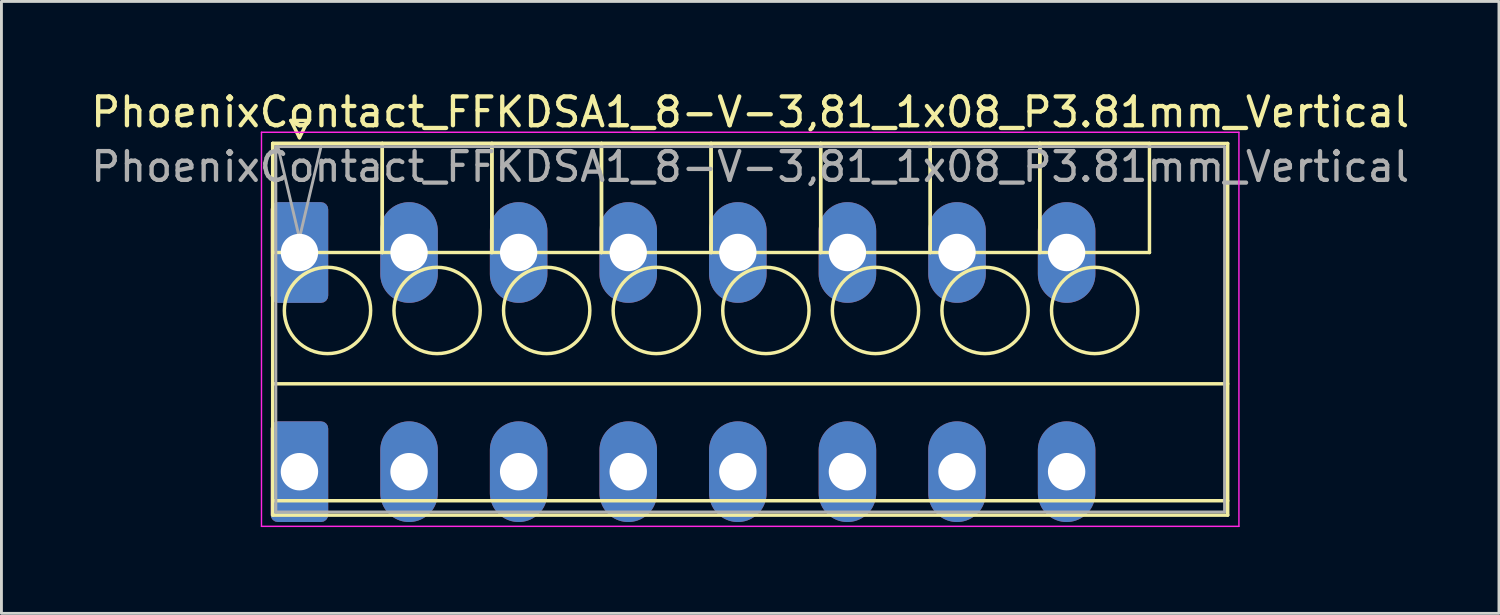
<source format=kicad_pcb>
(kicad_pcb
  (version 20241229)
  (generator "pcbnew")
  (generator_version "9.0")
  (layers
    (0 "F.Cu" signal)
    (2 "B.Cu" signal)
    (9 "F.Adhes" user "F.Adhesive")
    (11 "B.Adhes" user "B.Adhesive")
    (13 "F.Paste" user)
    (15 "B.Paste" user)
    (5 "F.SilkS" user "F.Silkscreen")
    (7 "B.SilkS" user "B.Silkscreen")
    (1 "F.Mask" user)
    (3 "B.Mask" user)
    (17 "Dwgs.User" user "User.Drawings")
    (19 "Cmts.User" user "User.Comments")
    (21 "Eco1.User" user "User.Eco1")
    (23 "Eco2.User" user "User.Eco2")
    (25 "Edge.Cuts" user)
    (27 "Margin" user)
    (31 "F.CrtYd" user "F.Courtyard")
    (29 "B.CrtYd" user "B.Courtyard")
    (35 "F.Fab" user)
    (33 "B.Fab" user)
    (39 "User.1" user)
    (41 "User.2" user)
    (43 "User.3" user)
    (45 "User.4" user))
  (footprint "PhoenixContact_FFKDSA1_8-V-3,81_1x08_P3.81mm_Vertical"
    (layer "F.Cu")
    (at 7.36 5.728)
    (property "Reference" "PhoenixContact_FFKDSA1_8-V-3,81_1x08_P3.81mm_Vertical" (at 15.67 -4.88 0) (layer "F.SilkS") (effects (font (size 1 1) (thickness 0.15))))
    (attr through_hole)
    (fp_line (start -0.93 -3.79) (end -0.93 0) (stroke (width 0.12) (type solid)) (layer "F.SilkS"))
    (fp_line (start -0.93 -3.79) (end -0.93 9.13) (stroke (width 0.12) (type solid)) (layer "F.SilkS"))
    (fp_line (start -0.93 0) (end 2.88 0) (stroke (width 0.12) (type solid)) (layer "F.SilkS"))
    (fp_line (start -0.93 4.565) (end 32.27 4.565) (stroke (width 0.12) (type solid)) (layer "F.SilkS"))
    (fp_line (start -0.93 8.63) (end 32.27 8.63) (stroke (width 0.12) (type solid)) (layer "F.SilkS"))
    (fp_line (start -0.93 9.13) (end 32.27 9.13) (stroke (width 0.12) (type solid)) (layer "F.SilkS"))
    (fp_line (start -0.3 -4.59) (end 0.3 -4.59) (stroke (width 0.12) (type solid)) (layer "F.SilkS"))
    (fp_line (start 0 -3.99) (end -0.3 -4.59) (stroke (width 0.12) (type solid)) (layer "F.SilkS"))
    (fp_line (start 0.3 -4.59) (end 0 -3.99) (stroke (width 0.12) (type solid)) (layer "F.SilkS"))
    (fp_line (start 2.88 -3.79) (end -0.93 -3.79) (stroke (width 0.12) (type solid)) (layer "F.SilkS"))
    (fp_line (start 2.88 -3.79) (end 2.88 0) (stroke (width 0.12) (type solid)) (layer "F.SilkS"))
    (fp_line (start 2.88 0) (end 2.88 -3.79) (stroke (width 0.12) (type solid)) (layer "F.SilkS"))
    (fp_line (start 2.88 0) (end 6.69 0) (stroke (width 0.12) (type solid)) (layer "F.SilkS"))
    (fp_line (start 6.69 -3.79) (end 2.88 -3.79) (stroke (width 0.12) (type solid)) (layer "F.SilkS"))
    (fp_line (start 6.69 -3.79) (end 6.69 0) (stroke (width 0.12) (type solid)) (layer "F.SilkS"))
    (fp_line (start 6.69 0) (end 6.69 -3.79) (stroke (width 0.12) (type solid)) (layer "F.SilkS"))
    (fp_line (start 6.69 0) (end 10.5 0) (stroke (width 0.12) (type solid)) (layer "F.SilkS"))
    (fp_line (start 10.5 -3.79) (end 6.69 -3.79) (stroke (width 0.12) (type solid)) (layer "F.SilkS"))
    (fp_line (start 10.5 -3.79) (end 10.5 0) (stroke (width 0.12) (type solid)) (layer "F.SilkS"))
    (fp_line (start 10.5 0) (end 10.5 -3.79) (stroke (width 0.12) (type solid)) (layer "F.SilkS"))
    (fp_line (start 10.5 0) (end 14.31 0) (stroke (width 0.12) (type solid)) (layer "F.SilkS"))
    (fp_line (start 14.31 -3.79) (end 10.5 -3.79) (stroke (width 0.12) (type solid)) (layer "F.SilkS"))
    (fp_line (start 14.31 -3.79) (end 14.31 0) (stroke (width 0.12) (type solid)) (layer "F.SilkS"))
    (fp_line (start 14.31 0) (end 14.31 -3.79) (stroke (width 0.12) (type solid)) (layer "F.SilkS"))
    (fp_line (start 14.31 0) (end 18.12 0) (stroke (width 0.12) (type solid)) (layer "F.SilkS"))
    (fp_line (start 18.12 -3.79) (end 14.31 -3.79) (stroke (width 0.12) (type solid)) (layer "F.SilkS"))
    (fp_line (start 18.12 -3.79) (end 18.12 0) (stroke (width 0.12) (type solid)) (layer "F.SilkS"))
    (fp_line (start 18.12 0) (end 18.12 -3.79) (stroke (width 0.12) (type solid)) (layer "F.SilkS"))
    (fp_line (start 18.12 0) (end 21.93 0) (stroke (width 0.12) (type solid)) (layer "F.SilkS"))
    (fp_line (start 21.93 -3.79) (end 18.12 -3.79) (stroke (width 0.12) (type solid)) (layer "F.SilkS"))
    (fp_line (start 21.93 -3.79) (end 21.93 0) (stroke (width 0.12) (type solid)) (layer "F.SilkS"))
    (fp_line (start 21.93 0) (end 21.93 -3.79) (stroke (width 0.12) (type solid)) (layer "F.SilkS"))
    (fp_line (start 21.93 0) (end 25.74 0) (stroke (width 0.12) (type solid)) (layer "F.SilkS"))
    (fp_line (start 25.74 -3.79) (end 21.93 -3.79) (stroke (width 0.12) (type solid)) (layer "F.SilkS"))
    (fp_line (start 25.74 -3.79) (end 25.74 0) (stroke (width 0.12) (type solid)) (layer "F.SilkS"))
    (fp_line (start 25.74 0) (end 25.74 -3.79) (stroke (width 0.12) (type solid)) (layer "F.SilkS"))
    (fp_line (start 25.74 0) (end 29.55 0) (stroke (width 0.12) (type solid)) (layer "F.SilkS"))
    (fp_line (start 29.55 -3.79) (end 25.74 -3.79) (stroke (width 0.12) (type solid)) (layer "F.SilkS"))
    (fp_line (start 29.55 0) (end 29.55 -3.79) (stroke (width 0.12) (type solid)) (layer "F.SilkS"))
    (fp_line (start 32.27 -3.79) (end -0.93 -3.79) (stroke (width 0.12) (type solid)) (layer "F.SilkS"))
    (fp_line (start 32.27 9.13) (end 32.27 -3.79) (stroke (width 0.12) (type solid)) (layer "F.SilkS"))
    (fp_circle (center 0.975 2.015) (end 2.475 2.015) (stroke (width 0.12) (type solid)) (fill no) (layer "F.SilkS"))
    (fp_circle (center 4.785 2.015) (end 6.285 2.015) (stroke (width 0.12) (type solid)) (fill no) (layer "F.SilkS"))
    (fp_circle (center 8.595 2.015) (end 10.095 2.015) (stroke (width 0.12) (type solid)) (fill no) (layer "F.SilkS"))
    (fp_circle (center 12.405 2.015) (end 13.905 2.015) (stroke (width 0.12) (type solid)) (fill no) (layer "F.SilkS"))
    (fp_circle (center 16.215 2.015) (end 17.715 2.015) (stroke (width 0.12) (type solid)) (fill no) (layer "F.SilkS"))
    (fp_circle (center 20.025 2.015) (end 21.525 2.015) (stroke (width 0.12) (type solid)) (fill no) (layer "F.SilkS"))
    (fp_circle (center 23.835 2.015) (end 25.335 2.015) (stroke (width 0.12) (type solid)) (fill no) (layer "F.SilkS"))
    (fp_circle (center 27.645 2.015) (end 29.145 2.015) (stroke (width 0.12) (type solid)) (fill no) (layer "F.SilkS"))
    (fp_line (start -1.32 -4.18) (end -1.32 9.52) (stroke (width 0.05) (type solid)) (layer "F.CrtYd"))
    (fp_line (start -1.32 9.52) (end 32.66 9.52) (stroke (width 0.05) (type solid)) (layer "F.CrtYd"))
    (fp_line (start 32.66 -4.18) (end -1.32 -4.18) (stroke (width 0.05) (type solid)) (layer "F.CrtYd"))
    (fp_line (start 32.66 9.52) (end 32.66 -4.18) (stroke (width 0.05) (type solid)) (layer "F.CrtYd"))
    (fp_line (start -0.82 -3.68) (end -0.82 9.02) (stroke (width 0.1) (type solid)) (layer "F.Fab"))
    (fp_line (start -0.82 9.02) (end 32.16 9.02) (stroke (width 0.1) (type solid)) (layer "F.Fab"))
    (fp_line (start 0 -0.5) (end -0.75 -3.68) (stroke (width 0.1) (type solid)) (layer "F.Fab"))
    (fp_line (start 0.75 -3.68) (end 0 -0.5) (stroke (width 0.1) (type solid)) (layer "F.Fab"))
    (fp_line (start 32.16 -3.68) (end -0.82 -3.68) (stroke (width 0.1) (type solid)) (layer "F.Fab"))
    (fp_line (start 32.16 9.02) (end 32.16 -3.68) (stroke (width 0.1) (type solid)) (layer "F.Fab"))
    (fp_text user "${REFERENCE}" (at 15.67 -2.98 0) (layer "F.Fab") (effects (font (size 1 1) (thickness 0.15))))
    (pad "1" thru_hole roundrect (at 0 0) (size 2 3.5) (drill 1.3) (layers "*.Cu" "*.Mask") (roundrect_rratio 0.125))
    (pad "1" thru_hole roundrect (at 0 7.62) (size 2 3.5) (drill 1.3) (layers "*.Cu" "*.Mask") (roundrect_rratio 0.125))
    (pad "2" thru_hole oval (at 3.81 0) (size 2 3.5) (drill 1.3) (layers "*.Cu" "*.Mask"))
    (pad "2" thru_hole oval (at 3.81 7.62) (size 2 3.5) (drill 1.3) (layers "*.Cu" "*.Mask"))
    (pad "3" thru_hole oval (at 7.62 0) (size 2 3.5) (drill 1.3) (layers "*.Cu" "*.Mask"))
    (pad "3" thru_hole oval (at 7.62 7.62) (size 2 3.5) (drill 1.3) (layers "*.Cu" "*.Mask"))
    (pad "4" thru_hole oval (at 11.43 0) (size 2 3.5) (drill 1.3) (layers "*.Cu" "*.Mask"))
    (pad "4" thru_hole oval (at 11.43 7.62) (size 2 3.5) (drill 1.3) (layers "*.Cu" "*.Mask"))
    (pad "5" thru_hole oval (at 15.24 0) (size 2 3.5) (drill 1.3) (layers "*.Cu" "*.Mask"))
    (pad "5" thru_hole oval (at 15.24 7.62) (size 2 3.5) (drill 1.3) (layers "*.Cu" "*.Mask"))
    (pad "6" thru_hole oval (at 19.05 0) (size 2 3.5) (drill 1.3) (layers "*.Cu" "*.Mask"))
    (pad "6" thru_hole oval (at 19.05 7.62) (size 2 3.5) (drill 1.3) (layers "*.Cu" "*.Mask"))
    (pad "7" thru_hole oval (at 22.86 0) (size 2 3.5) (drill 1.3) (layers "*.Cu" "*.Mask"))
    (pad "7" thru_hole oval (at 22.86 7.62) (size 2 3.5) (drill 1.3) (layers "*.Cu" "*.Mask"))
    (pad "8" thru_hole oval (at 26.67 0) (size 2 3.5) (drill 1.3) (layers "*.Cu" "*.Mask"))
    (pad "8" thru_hole oval (at 26.67 7.62) (size 2 3.5) (drill 1.3) (layers "*.Cu" "*.Mask")))
  (gr_rect
    (start -3 -3)
    (end 49.06 18.273)
    (stroke (width 0.1) (type default))
    (fill no)
    (layer "Edge.Cuts")))
</source>
